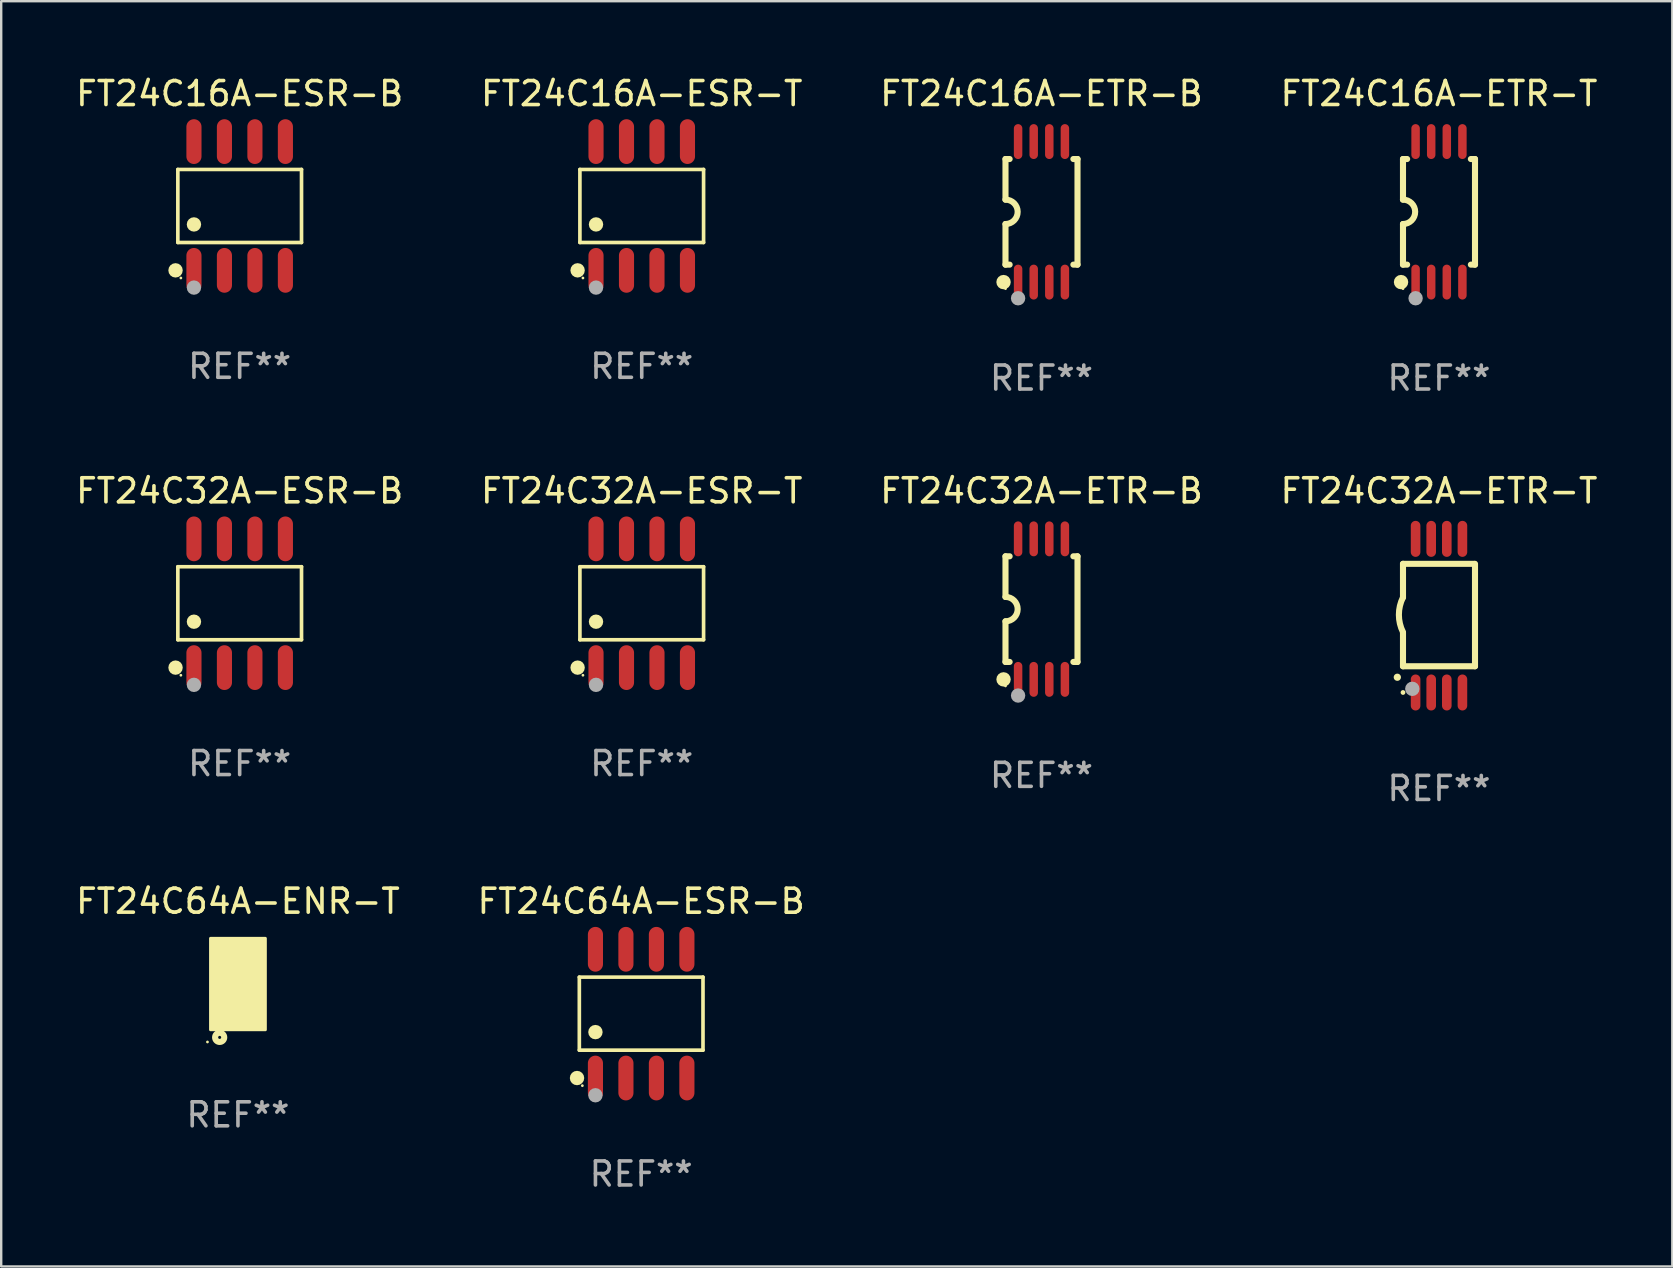
<source format=kicad_pcb>
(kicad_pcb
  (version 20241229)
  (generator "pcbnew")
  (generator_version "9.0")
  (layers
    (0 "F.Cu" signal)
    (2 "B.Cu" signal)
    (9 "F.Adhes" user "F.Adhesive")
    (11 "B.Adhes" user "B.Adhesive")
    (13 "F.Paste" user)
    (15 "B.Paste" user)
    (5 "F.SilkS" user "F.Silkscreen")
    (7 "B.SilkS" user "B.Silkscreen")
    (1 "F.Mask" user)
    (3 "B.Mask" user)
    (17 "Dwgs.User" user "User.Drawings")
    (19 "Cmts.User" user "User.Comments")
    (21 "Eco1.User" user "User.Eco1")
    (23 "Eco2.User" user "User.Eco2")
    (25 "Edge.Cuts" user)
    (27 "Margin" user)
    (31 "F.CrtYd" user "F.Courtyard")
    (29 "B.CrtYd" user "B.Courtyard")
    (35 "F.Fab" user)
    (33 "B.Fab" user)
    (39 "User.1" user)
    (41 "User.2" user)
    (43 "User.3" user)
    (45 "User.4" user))
  (footprint "FT24C32A-ETR-T"
    (layer "F.Cu")
    (at 56.899 22.599)
    (property "Reference" "FT24C32A-ETR-T" (at 0 -5.2 0) (layer "F.SilkS") (effects (font (size 1 1) (thickness 0.15))))
    (attr through_hole)
    (fp_line (start -1.5 -0.762) (end -1.5 -2.159) (stroke (width 0.254) (type solid)) (layer "F.SilkS"))
    (fp_line (start -1.5 2.108) (end -1.5 0.711) (stroke (width 0.254) (type solid)) (layer "F.SilkS"))
    (fp_line (start -1.5 2.108) (end 1.5 2.108) (stroke (width 0.254) (type solid)) (layer "F.SilkS"))
    (fp_line (start 1.463 -2.159) (end -1.5 -2.159) (stroke (width 0.254) (type solid)) (layer "F.SilkS"))
    (fp_line (start 1.5 2.108) (end 1.5 -2.159) (stroke (width 0.254) (type solid)) (layer "F.SilkS"))
    (fp_arc (start -1.737287 2.565405) (mid -1.736017 2.5654) (end -1.734747 2.565405) (stroke (width 0.3) (type solid)) (layer "F.SilkS"))
    (fp_arc (start -1.500076 0.685801) (mid -1.670966 -0.0381) (end -1.500076 -0.762002) (stroke (width 0.254001) (type solid)) (layer "F.SilkS"))
    (fp_circle (center -1.5 3.2) (end -1.45 3.2) (stroke (width 0.1) (type solid)) (fill no) (layer "F.SilkS"))
    (fp_circle (center -1.112 3.048) (end -0.962 3.048) (stroke (width 0.3) (type solid)) (fill no) (layer "F.Fab"))
    (fp_text user "REF**" (at 0 7.2 0) (layer "F.Fab") (effects (font (size 1 1) (thickness 0.15))))
    (pad "1" smd oval (at -0.975 3.2 180) (size 0.4 1.5) (layers "F.Cu" "F.Mask" "F.Paste"))
    (pad "2" smd oval (at -0.325 3.2 180) (size 0.4 1.5) (layers "F.Cu" "F.Mask" "F.Paste"))
    (pad "3" smd oval (at 0.325 3.2 180) (size 0.4 1.5) (layers "F.Cu" "F.Mask" "F.Paste"))
    (pad "4" smd oval (at 0.976 3.2 180) (size 0.4 1.5) (layers "F.Cu" "F.Mask" "F.Paste"))
    (pad "5" smd oval (at 0.976 -3.2 180) (size 0.4 1.5) (layers "F.Cu" "F.Mask" "F.Paste"))
    (pad "6" smd oval (at 0.325 -3.2 180) (size 0.4 1.5) (layers "F.Cu" "F.Mask" "F.Paste"))
    (pad "7" smd oval (at -0.325 -3.2 180) (size 0.4 1.5) (layers "F.Cu" "F.Mask" "F.Paste"))
    (pad "8" smd oval (at -0.975 -3.2 180) (size 0.4 1.5) (layers "F.Cu" "F.Mask" "F.Paste")))
  (footprint "FT24C16A-ESR-T"
    (layer "F.Cu")
    (at 23.685 5.531)
    (property "Reference" "FT24C16A-ESR-T" (at 0 -4.682 0) (layer "F.SilkS") (effects (font (size 1 1) (thickness 0.15))))
    (attr through_hole)
    (fp_line (start -2.576 -1.521) (end 2.576 -1.521) (stroke (width 0.152) (type solid)) (layer "F.SilkS"))
    (fp_line (start -2.576 1.521) (end -2.576 -1.521) (stroke (width 0.152) (type solid)) (layer "F.SilkS"))
    (fp_line (start 2.576 -1.521) (end 2.576 1.521) (stroke (width 0.152) (type solid)) (layer "F.SilkS"))
    (fp_line (start 2.576 1.521) (end -2.576 1.521) (stroke (width 0.152) (type solid)) (layer "F.SilkS"))
    (fp_circle (center -2.672 2.682) (end -2.522 2.682) (stroke (width 0.3) (type solid)) (fill no) (layer "F.SilkS"))
    (fp_circle (center -2.45 3) (end -2.42 3) (stroke (width 0.06) (type solid)) (fill no) (layer "F.SilkS"))
    (fp_circle (center -1.905 0.769) (end -1.755 0.769) (stroke (width 0.3) (type solid)) (fill no) (layer "F.SilkS"))
    (fp_circle (center -1.905 3.4) (end -1.755 3.4) (stroke (width 0.3) (type solid)) (fill no) (layer "F.Fab"))
    (fp_text user "REF**" (at 0 6.682 0) (layer "F.Fab") (effects (font (size 1 1) (thickness 0.15))))
    (pad "1" smd oval (at -1.905 2.682) (size 0.63 1.865) (layers "F.Cu" "F.Mask" "F.Paste"))
    (pad "2" smd oval (at -0.635 2.682) (size 0.63 1.865) (layers "F.Cu" "F.Mask" "F.Paste"))
    (pad "3" smd oval (at 0.635 2.682) (size 0.63 1.865) (layers "F.Cu" "F.Mask" "F.Paste"))
    (pad "4" smd oval (at 1.905 2.682) (size 0.63 1.865) (layers "F.Cu" "F.Mask" "F.Paste"))
    (pad "5" smd oval (at 1.905 -2.682) (size 0.63 1.865) (layers "F.Cu" "F.Mask" "F.Paste"))
    (pad "6" smd oval (at 0.635 -2.682) (size 0.63 1.865) (layers "F.Cu" "F.Mask" "F.Paste"))
    (pad "7" smd oval (at -0.635 -2.682) (size 0.63 1.865) (layers "F.Cu" "F.Mask" "F.Paste"))
    (pad "8" smd oval (at -1.905 -2.682) (size 0.63 1.865) (layers "F.Cu" "F.Mask" "F.Paste")))
  (footprint "FT24C16A-ETR-B"
    (layer "F.Cu")
    (at 40.339 5.775)
    (property "Reference" "FT24C16A-ETR-B" (at 0 -4.927 0) (layer "F.SilkS") (effects (font (size 1 1) (thickness 0.15))))
    (attr through_hole)
    (fp_line (start -1.5 -2.2) (end -1.5 -0.508) (stroke (width 0.254) (type solid)) (layer "F.SilkS"))
    (fp_line (start -1.5 -2.2) (end -1.328 -2.2) (stroke (width 0.254) (type solid)) (layer "F.SilkS"))
    (fp_line (start -1.5 2.2) (end -1.5 0.508) (stroke (width 0.254) (type solid)) (layer "F.SilkS"))
    (fp_line (start -1.5 2.2) (end -1.328 2.2) (stroke (width 0.254) (type solid)) (layer "F.SilkS"))
    (fp_line (start 1.328 -2.2) (end 1.5 -2.2) (stroke (width 0.254) (type solid)) (layer "F.SilkS"))
    (fp_line (start 1.328 2.2) (end 1.5 2.2) (stroke (width 0.254) (type solid)) (layer "F.SilkS"))
    (fp_line (start 1.5 -2.2) (end 1.5 2.2) (stroke (width 0.254) (type solid)) (layer "F.SilkS"))
    (fp_arc (start -1.501144 -0.508) (mid -0.993143 -0.000571) (end -1.5 0.508001) (stroke (width 0.254001) (type solid)) (layer "F.SilkS"))
    (fp_circle (center -1.581 2.927) (end -1.431 2.927) (stroke (width 0.3) (type solid)) (fill no) (layer "F.SilkS"))
    (fp_circle (center -1.5 3.2) (end -1.47 3.2) (stroke (width 0.06) (type solid)) (fill no) (layer "F.SilkS"))
    (fp_circle (center -0.975 3.6) (end -0.825 3.6) (stroke (width 0.3) (type solid)) (fill no) (layer "F.Fab"))
    (fp_text user "REF**" (at 0 6.927 0) (layer "F.Fab") (effects (font (size 1 1) (thickness 0.15))))
    (pad "1" smd oval (at -0.975 2.927) (size 0.353 1.454) (layers "F.Cu" "F.Mask" "F.Paste"))
    (pad "2" smd oval (at -0.325 2.927) (size 0.353 1.454) (layers "F.Cu" "F.Mask" "F.Paste"))
    (pad "3" smd oval (at 0.325 2.927) (size 0.353 1.454) (layers "F.Cu" "F.Mask" "F.Paste"))
    (pad "4" smd oval (at 0.975 2.927) (size 0.353 1.454) (layers "F.Cu" "F.Mask" "F.Paste"))
    (pad "5" smd oval (at 0.975 -2.927) (size 0.353 1.454) (layers "F.Cu" "F.Mask" "F.Paste"))
    (pad "6" smd oval (at 0.325 -2.927) (size 0.353 1.454) (layers "F.Cu" "F.Mask" "F.Paste"))
    (pad "7" smd oval (at -0.325 -2.927) (size 0.353 1.454) (layers "F.Cu" "F.Mask" "F.Paste"))
    (pad "8" smd oval (at -0.975 -2.927) (size 0.353 1.454) (layers "F.Cu" "F.Mask" "F.Paste")))
  (footprint "FT24C32A-ETR-B"
    (layer "F.Cu")
    (at 40.339 22.326)
    (property "Reference" "FT24C32A-ETR-B" (at 0 -4.927 0) (layer "F.SilkS") (effects (font (size 1 1) (thickness 0.15))))
    (attr through_hole)
    (fp_line (start -1.5 -2.2) (end -1.5 -0.508) (stroke (width 0.254) (type solid)) (layer "F.SilkS"))
    (fp_line (start -1.5 -2.2) (end -1.328 -2.2) (stroke (width 0.254) (type solid)) (layer "F.SilkS"))
    (fp_line (start -1.5 2.2) (end -1.5 0.508) (stroke (width 0.254) (type solid)) (layer "F.SilkS"))
    (fp_line (start -1.5 2.2) (end -1.328 2.2) (stroke (width 0.254) (type solid)) (layer "F.SilkS"))
    (fp_line (start 1.328 -2.2) (end 1.5 -2.2) (stroke (width 0.254) (type solid)) (layer "F.SilkS"))
    (fp_line (start 1.328 2.2) (end 1.5 2.2) (stroke (width 0.254) (type solid)) (layer "F.SilkS"))
    (fp_line (start 1.5 -2.2) (end 1.5 2.2) (stroke (width 0.254) (type solid)) (layer "F.SilkS"))
    (fp_arc (start -1.501144 -0.508) (mid -0.993143 -0.000571) (end -1.5 0.508001) (stroke (width 0.254001) (type solid)) (layer "F.SilkS"))
    (fp_circle (center -1.581 2.927) (end -1.431 2.927) (stroke (width 0.3) (type solid)) (fill no) (layer "F.SilkS"))
    (fp_circle (center -1.5 3.2) (end -1.47 3.2) (stroke (width 0.06) (type solid)) (fill no) (layer "F.SilkS"))
    (fp_circle (center -0.975 3.6) (end -0.825 3.6) (stroke (width 0.3) (type solid)) (fill no) (layer "F.Fab"))
    (fp_text user "REF**" (at 0 6.927 0) (layer "F.Fab") (effects (font (size 1 1) (thickness 0.15))))
    (pad "1" smd oval (at -0.975 2.927) (size 0.353 1.454) (layers "F.Cu" "F.Mask" "F.Paste"))
    (pad "2" smd oval (at -0.325 2.927) (size 0.353 1.454) (layers "F.Cu" "F.Mask" "F.Paste"))
    (pad "3" smd oval (at 0.325 2.927) (size 0.353 1.454) (layers "F.Cu" "F.Mask" "F.Paste"))
    (pad "4" smd oval (at 0.975 2.927) (size 0.353 1.454) (layers "F.Cu" "F.Mask" "F.Paste"))
    (pad "5" smd oval (at 0.975 -2.927) (size 0.353 1.454) (layers "F.Cu" "F.Mask" "F.Paste"))
    (pad "6" smd oval (at 0.325 -2.927) (size 0.353 1.454) (layers "F.Cu" "F.Mask" "F.Paste"))
    (pad "7" smd oval (at -0.325 -2.927) (size 0.353 1.454) (layers "F.Cu" "F.Mask" "F.Paste"))
    (pad "8" smd oval (at -0.975 -2.927) (size 0.353 1.454) (layers "F.Cu" "F.Mask" "F.Paste")))
  (footprint "FT24C64A-ESR-B"
    (layer "F.Cu")
    (at 23.661 39.179)
    (property "Reference" "FT24C64A-ESR-B" (at 0 -4.682 0) (layer "F.SilkS") (effects (font (size 1 1) (thickness 0.15))))
    (attr through_hole)
    (fp_line (start -2.576 -1.521) (end 2.576 -1.521) (stroke (width 0.152) (type solid)) (layer "F.SilkS"))
    (fp_line (start -2.576 1.521) (end -2.576 -1.521) (stroke (width 0.152) (type solid)) (layer "F.SilkS"))
    (fp_line (start 2.576 -1.521) (end 2.576 1.521) (stroke (width 0.152) (type solid)) (layer "F.SilkS"))
    (fp_line (start 2.576 1.521) (end -2.576 1.521) (stroke (width 0.152) (type solid)) (layer "F.SilkS"))
    (fp_circle (center -2.672 2.682) (end -2.522 2.682) (stroke (width 0.3) (type solid)) (fill no) (layer "F.SilkS"))
    (fp_circle (center -2.45 3) (end -2.42 3) (stroke (width 0.06) (type solid)) (fill no) (layer "F.SilkS"))
    (fp_circle (center -1.905 0.769) (end -1.755 0.769) (stroke (width 0.3) (type solid)) (fill no) (layer "F.SilkS"))
    (fp_circle (center -1.905 3.4) (end -1.755 3.4) (stroke (width 0.3) (type solid)) (fill no) (layer "F.Fab"))
    (fp_text user "REF**" (at 0 6.682 0) (layer "F.Fab") (effects (font (size 1 1) (thickness 0.15))))
    (pad "1" smd oval (at -1.905 2.682) (size 0.63 1.865) (layers "F.Cu" "F.Mask" "F.Paste"))
    (pad "2" smd oval (at -0.635 2.682) (size 0.63 1.865) (layers "F.Cu" "F.Mask" "F.Paste"))
    (pad "3" smd oval (at 0.635 2.682) (size 0.63 1.865) (layers "F.Cu" "F.Mask" "F.Paste"))
    (pad "4" smd oval (at 1.905 2.682) (size 0.63 1.865) (layers "F.Cu" "F.Mask" "F.Paste"))
    (pad "5" smd oval (at 1.905 -2.682) (size 0.63 1.865) (layers "F.Cu" "F.Mask" "F.Paste"))
    (pad "6" smd oval (at 0.635 -2.682) (size 0.63 1.865) (layers "F.Cu" "F.Mask" "F.Paste"))
    (pad "7" smd oval (at -0.635 -2.682) (size 0.63 1.865) (layers "F.Cu" "F.Mask" "F.Paste"))
    (pad "8" smd oval (at -1.905 -2.682) (size 0.63 1.865) (layers "F.Cu" "F.Mask" "F.Paste")))
  (footprint "FT24C64A-ENR-T"
    (layer "F.Cu")
    (at 6.863 37.946)
    (property "Reference" "FT24C64A-ENR-T" (at 0 -3.45 0) (layer "F.SilkS") (effects (font (size 1 1) (thickness 0.15))))
    (attr through_hole)
    (fp_circle (center -1.27 2.413) (end -1.24 2.413) (stroke (width 0.06) (type solid)) (fill no) (layer "F.SilkS"))
    (fp_circle (center -0.762 2.222) (end -0.699 2.222) (stroke (width 0.254) (type solid)) (fill no) (layer "F.SilkS"))
    (fp_poly (pts (xy -1.143 -1.905) (xy 1.143 -1.905) (xy 1.143 1.905) (xy -1.143 1.905)) (stroke (width 0.12) (type solid)) (fill yes) (layer "F.SilkS"))
    (fp_text user "REF**" (at 0 5.45 0) (layer "F.Fab") (effects (font (size 1 1) (thickness 0.15))))
    (pad "1" smd rect (at -0.75 1.45) (size 0.25 0.5) (layers "F.Cu" "F.Mask" "F.Paste"))
    (pad "2" smd rect (at -0.25 1.45) (size 0.25 0.5) (layers "F.Cu" "F.Mask" "F.Paste"))
    (pad "3" smd rect (at 0.25 1.45) (size 0.25 0.5) (layers "F.Cu" "F.Mask" "F.Paste"))
    (pad "4" smd rect (at 0.75 1.45) (size 0.25 0.5) (layers "F.Cu" "F.Mask" "F.Paste"))
    (pad "5" smd rect (at 0.75 -1.45) (size 0.25 0.5) (layers "F.Cu" "F.Mask" "F.Paste"))
    (pad "6" smd rect (at 0.25 -1.45) (size 0.25 0.5) (layers "F.Cu" "F.Mask" "F.Paste"))
    (pad "7" smd rect (at -0.25 -1.45) (size 0.25 0.5) (layers "F.Cu" "F.Mask" "F.Paste"))
    (pad "8" smd rect (at -0.75 -1.45) (size 0.25 0.5) (layers "F.Cu" "F.Mask" "F.Paste"))
    (pad "9" smd rect (at 0 -0.000127) (size 1.5 1.6) (layers "F.Cu" "F.Mask" "F.Paste")))
  (footprint "FT24C16A-ETR-T"
    (layer "F.Cu")
    (at 56.899 5.775)
    (property "Reference" "FT24C16A-ETR-T" (at 0 -4.927 0) (layer "F.SilkS") (effects (font (size 1 1) (thickness 0.15))))
    (attr through_hole)
    (fp_line (start -1.5 -2.2) (end -1.5 -0.508) (stroke (width 0.254) (type solid)) (layer "F.SilkS"))
    (fp_line (start -1.5 -2.2) (end -1.328 -2.2) (stroke (width 0.254) (type solid)) (layer "F.SilkS"))
    (fp_line (start -1.5 2.2) (end -1.5 0.508) (stroke (width 0.254) (type solid)) (layer "F.SilkS"))
    (fp_line (start -1.5 2.2) (end -1.328 2.2) (stroke (width 0.254) (type solid)) (layer "F.SilkS"))
    (fp_line (start 1.328 -2.2) (end 1.5 -2.2) (stroke (width 0.254) (type solid)) (layer "F.SilkS"))
    (fp_line (start 1.328 2.2) (end 1.5 2.2) (stroke (width 0.254) (type solid)) (layer "F.SilkS"))
    (fp_line (start 1.5 -2.2) (end 1.5 2.2) (stroke (width 0.254) (type solid)) (layer "F.SilkS"))
    (fp_arc (start -1.501144 -0.508) (mid -0.993143 -0.000571) (end -1.5 0.508001) (stroke (width 0.254001) (type solid)) (layer "F.SilkS"))
    (fp_circle (center -1.581 2.927) (end -1.431 2.927) (stroke (width 0.3) (type solid)) (fill no) (layer "F.SilkS"))
    (fp_circle (center -1.5 3.2) (end -1.47 3.2) (stroke (width 0.06) (type solid)) (fill no) (layer "F.SilkS"))
    (fp_circle (center -0.975 3.6) (end -0.825 3.6) (stroke (width 0.3) (type solid)) (fill no) (layer "F.Fab"))
    (fp_text user "REF**" (at 0 6.927 0) (layer "F.Fab") (effects (font (size 1 1) (thickness 0.15))))
    (pad "1" smd oval (at -0.975 2.927) (size 0.353 1.454) (layers "F.Cu" "F.Mask" "F.Paste"))
    (pad "2" smd oval (at -0.325 2.927) (size 0.353 1.454) (layers "F.Cu" "F.Mask" "F.Paste"))
    (pad "3" smd oval (at 0.325 2.927) (size 0.353 1.454) (layers "F.Cu" "F.Mask" "F.Paste"))
    (pad "4" smd oval (at 0.975 2.927) (size 0.353 1.454) (layers "F.Cu" "F.Mask" "F.Paste"))
    (pad "5" smd oval (at 0.975 -2.927) (size 0.353 1.454) (layers "F.Cu" "F.Mask" "F.Paste"))
    (pad "6" smd oval (at 0.325 -2.927) (size 0.353 1.454) (layers "F.Cu" "F.Mask" "F.Paste"))
    (pad "7" smd oval (at -0.325 -2.927) (size 0.353 1.454) (layers "F.Cu" "F.Mask" "F.Paste"))
    (pad "8" smd oval (at -0.975 -2.927) (size 0.353 1.454) (layers "F.Cu" "F.Mask" "F.Paste")))
  (footprint "FT24C16A-ESR-B"
    (layer "F.Cu")
    (at 6.935 5.531)
    (property "Reference" "FT24C16A-ESR-B" (at 0 -4.682 0) (layer "F.SilkS") (effects (font (size 1 1) (thickness 0.15))))
    (attr through_hole)
    (fp_line (start -2.576 -1.521) (end 2.576 -1.521) (stroke (width 0.152) (type solid)) (layer "F.SilkS"))
    (fp_line (start -2.576 1.521) (end -2.576 -1.521) (stroke (width 0.152) (type solid)) (layer "F.SilkS"))
    (fp_line (start 2.576 -1.521) (end 2.576 1.521) (stroke (width 0.152) (type solid)) (layer "F.SilkS"))
    (fp_line (start 2.576 1.521) (end -2.576 1.521) (stroke (width 0.152) (type solid)) (layer "F.SilkS"))
    (fp_circle (center -2.672 2.682) (end -2.522 2.682) (stroke (width 0.3) (type solid)) (fill no) (layer "F.SilkS"))
    (fp_circle (center -2.45 3) (end -2.42 3) (stroke (width 0.06) (type solid)) (fill no) (layer "F.SilkS"))
    (fp_circle (center -1.905 0.769) (end -1.755 0.769) (stroke (width 0.3) (type solid)) (fill no) (layer "F.SilkS"))
    (fp_circle (center -1.905 3.4) (end -1.755 3.4) (stroke (width 0.3) (type solid)) (fill no) (layer "F.Fab"))
    (fp_text user "REF**" (at 0 6.682 0) (layer "F.Fab") (effects (font (size 1 1) (thickness 0.15))))
    (pad "1" smd oval (at -1.905 2.682) (size 0.63 1.865) (layers "F.Cu" "F.Mask" "F.Paste"))
    (pad "2" smd oval (at -0.635 2.682) (size 0.63 1.865) (layers "F.Cu" "F.Mask" "F.Paste"))
    (pad "3" smd oval (at 0.635 2.682) (size 0.63 1.865) (layers "F.Cu" "F.Mask" "F.Paste"))
    (pad "4" smd oval (at 1.905 2.682) (size 0.63 1.865) (layers "F.Cu" "F.Mask" "F.Paste"))
    (pad "5" smd oval (at 1.905 -2.682) (size 0.63 1.865) (layers "F.Cu" "F.Mask" "F.Paste"))
    (pad "6" smd oval (at 0.635 -2.682) (size 0.63 1.865) (layers "F.Cu" "F.Mask" "F.Paste"))
    (pad "7" smd oval (at -0.635 -2.682) (size 0.63 1.865) (layers "F.Cu" "F.Mask" "F.Paste"))
    (pad "8" smd oval (at -1.905 -2.682) (size 0.63 1.865) (layers "F.Cu" "F.Mask" "F.Paste")))
  (footprint "FT24C32A-ESR-T"
    (layer "F.Cu")
    (at 23.685 22.081)
    (property "Reference" "FT24C32A-ESR-T" (at 0 -4.682 0) (layer "F.SilkS") (effects (font (size 1 1) (thickness 0.15))))
    (attr through_hole)
    (fp_line (start -2.576 -1.521) (end 2.576 -1.521) (stroke (width 0.152) (type solid)) (layer "F.SilkS"))
    (fp_line (start -2.576 1.521) (end -2.576 -1.521) (stroke (width 0.152) (type solid)) (layer "F.SilkS"))
    (fp_line (start 2.576 -1.521) (end 2.576 1.521) (stroke (width 0.152) (type solid)) (layer "F.SilkS"))
    (fp_line (start 2.576 1.521) (end -2.576 1.521) (stroke (width 0.152) (type solid)) (layer "F.SilkS"))
    (fp_circle (center -2.672 2.682) (end -2.522 2.682) (stroke (width 0.3) (type solid)) (fill no) (layer "F.SilkS"))
    (fp_circle (center -2.45 3) (end -2.42 3) (stroke (width 0.06) (type solid)) (fill no) (layer "F.SilkS"))
    (fp_circle (center -1.905 0.769) (end -1.755 0.769) (stroke (width 0.3) (type solid)) (fill no) (layer "F.SilkS"))
    (fp_circle (center -1.905 3.4) (end -1.755 3.4) (stroke (width 0.3) (type solid)) (fill no) (layer "F.Fab"))
    (fp_text user "REF**" (at 0 6.682 0) (layer "F.Fab") (effects (font (size 1 1) (thickness 0.15))))
    (pad "1" smd oval (at -1.905 2.682) (size 0.63 1.865) (layers "F.Cu" "F.Mask" "F.Paste"))
    (pad "2" smd oval (at -0.635 2.682) (size 0.63 1.865) (layers "F.Cu" "F.Mask" "F.Paste"))
    (pad "3" smd oval (at 0.635 2.682) (size 0.63 1.865) (layers "F.Cu" "F.Mask" "F.Paste"))
    (pad "4" smd oval (at 1.905 2.682) (size 0.63 1.865) (layers "F.Cu" "F.Mask" "F.Paste"))
    (pad "5" smd oval (at 1.905 -2.682) (size 0.63 1.865) (layers "F.Cu" "F.Mask" "F.Paste"))
    (pad "6" smd oval (at 0.635 -2.682) (size 0.63 1.865) (layers "F.Cu" "F.Mask" "F.Paste"))
    (pad "7" smd oval (at -0.635 -2.682) (size 0.63 1.865) (layers "F.Cu" "F.Mask" "F.Paste"))
    (pad "8" smd oval (at -1.905 -2.682) (size 0.63 1.865) (layers "F.Cu" "F.Mask" "F.Paste")))
  (footprint "FT24C32A-ESR-B"
    (layer "F.Cu")
    (at 6.935 22.081)
    (property "Reference" "FT24C32A-ESR-B" (at 0 -4.682 0) (layer "F.SilkS") (effects (font (size 1 1) (thickness 0.15))))
    (attr through_hole)
    (fp_line (start -2.576 -1.521) (end 2.576 -1.521) (stroke (width 0.152) (type solid)) (layer "F.SilkS"))
    (fp_line (start -2.576 1.521) (end -2.576 -1.521) (stroke (width 0.152) (type solid)) (layer "F.SilkS"))
    (fp_line (start 2.576 -1.521) (end 2.576 1.521) (stroke (width 0.152) (type solid)) (layer "F.SilkS"))
    (fp_line (start 2.576 1.521) (end -2.576 1.521) (stroke (width 0.152) (type solid)) (layer "F.SilkS"))
    (fp_circle (center -2.672 2.682) (end -2.522 2.682) (stroke (width 0.3) (type solid)) (fill no) (layer "F.SilkS"))
    (fp_circle (center -2.45 3) (end -2.42 3) (stroke (width 0.06) (type solid)) (fill no) (layer "F.SilkS"))
    (fp_circle (center -1.905 0.769) (end -1.755 0.769) (stroke (width 0.3) (type solid)) (fill no) (layer "F.SilkS"))
    (fp_circle (center -1.905 3.4) (end -1.755 3.4) (stroke (width 0.3) (type solid)) (fill no) (layer "F.Fab"))
    (fp_text user "REF**" (at 0 6.682 0) (layer "F.Fab") (effects (font (size 1 1) (thickness 0.15))))
    (pad "1" smd oval (at -1.905 2.682) (size 0.63 1.865) (layers "F.Cu" "F.Mask" "F.Paste"))
    (pad "2" smd oval (at -0.635 2.682) (size 0.63 1.865) (layers "F.Cu" "F.Mask" "F.Paste"))
    (pad "3" smd oval (at 0.635 2.682) (size 0.63 1.865) (layers "F.Cu" "F.Mask" "F.Paste"))
    (pad "4" smd oval (at 1.905 2.682) (size 0.63 1.865) (layers "F.Cu" "F.Mask" "F.Paste"))
    (pad "5" smd oval (at 1.905 -2.682) (size 0.63 1.865) (layers "F.Cu" "F.Mask" "F.Paste"))
    (pad "6" smd oval (at 0.635 -2.682) (size 0.63 1.865) (layers "F.Cu" "F.Mask" "F.Paste"))
    (pad "7" smd oval (at -0.635 -2.682) (size 0.63 1.865) (layers "F.Cu" "F.Mask" "F.Paste"))
    (pad "8" smd oval (at -1.905 -2.682) (size 0.63 1.865) (layers "F.Cu" "F.Mask" "F.Paste")))
  (gr_rect
    (start -3 -3)
    (end 66.619 49.71)
    (stroke (width 0.1) (type default))
    (fill no)
    (layer "Edge.Cuts")))
</source>
